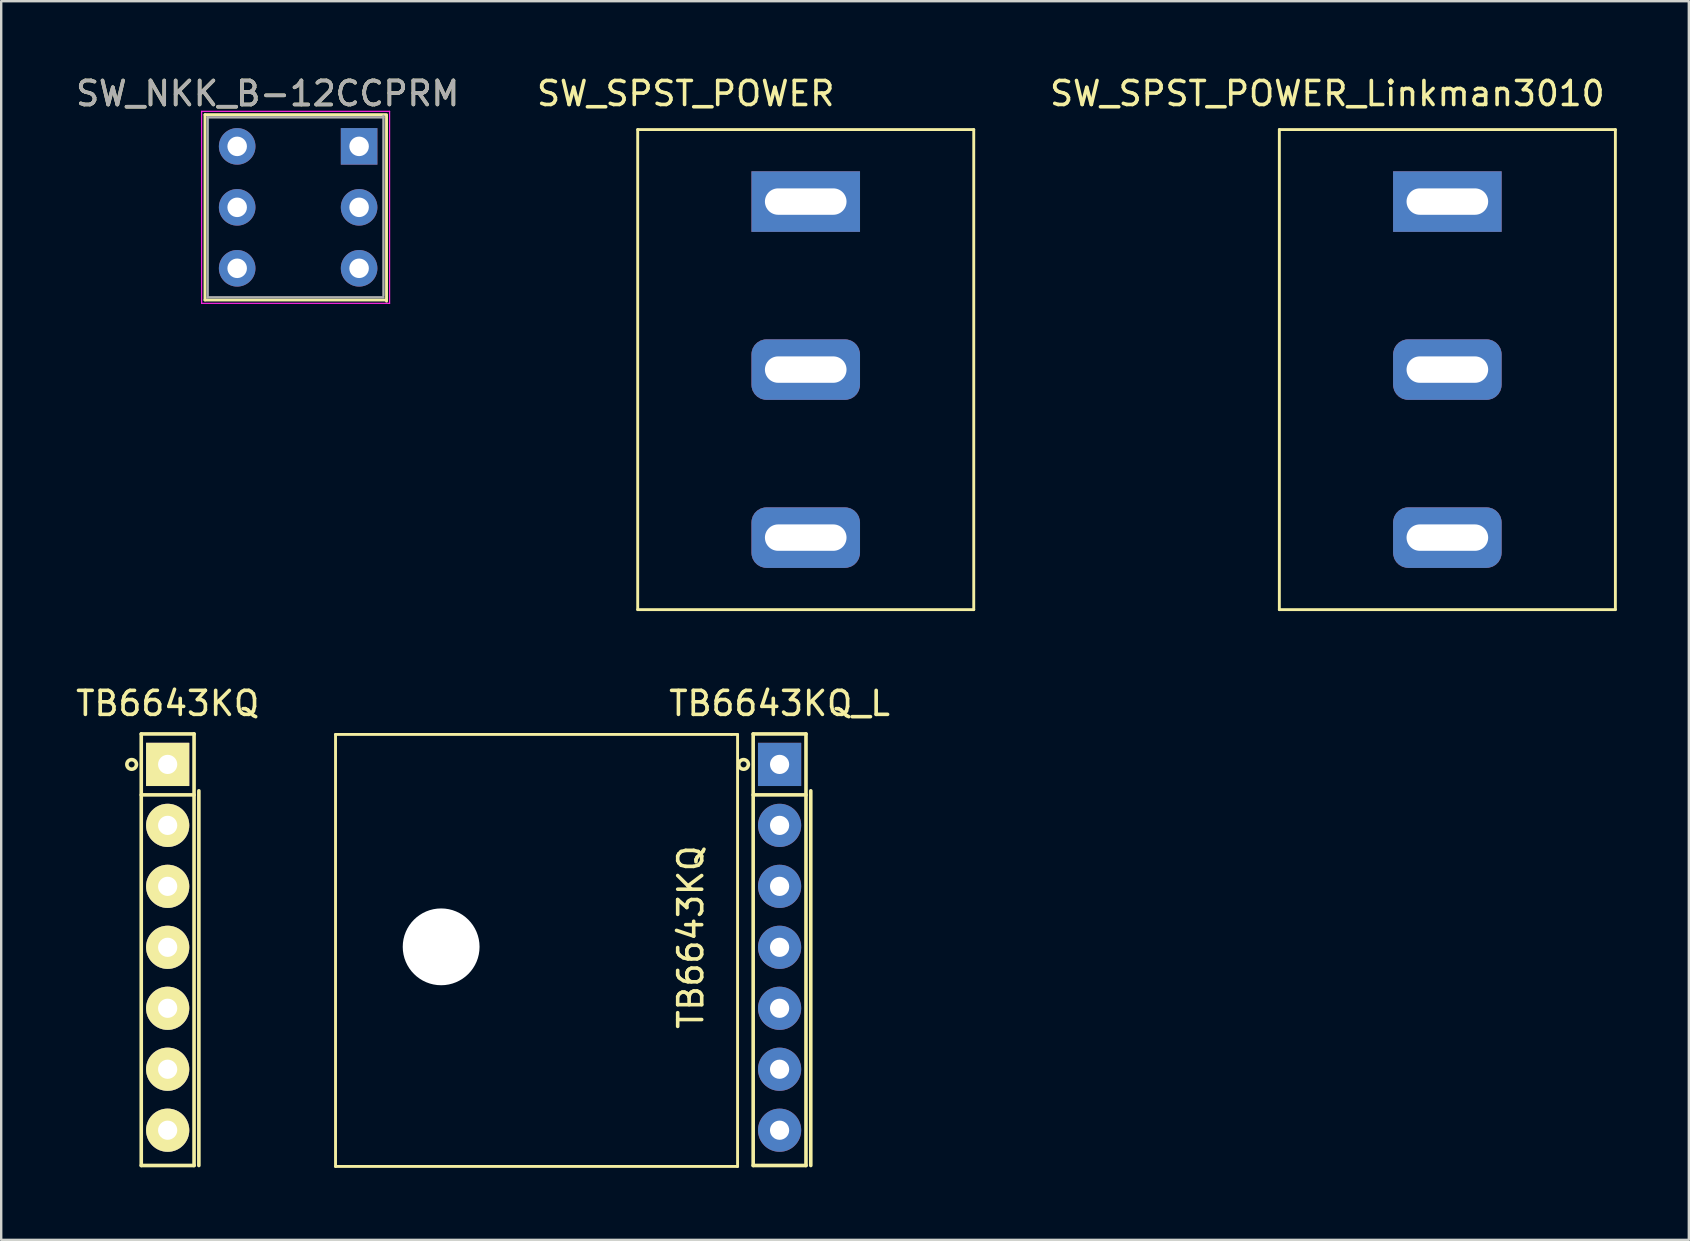
<source format=kicad_pcb>
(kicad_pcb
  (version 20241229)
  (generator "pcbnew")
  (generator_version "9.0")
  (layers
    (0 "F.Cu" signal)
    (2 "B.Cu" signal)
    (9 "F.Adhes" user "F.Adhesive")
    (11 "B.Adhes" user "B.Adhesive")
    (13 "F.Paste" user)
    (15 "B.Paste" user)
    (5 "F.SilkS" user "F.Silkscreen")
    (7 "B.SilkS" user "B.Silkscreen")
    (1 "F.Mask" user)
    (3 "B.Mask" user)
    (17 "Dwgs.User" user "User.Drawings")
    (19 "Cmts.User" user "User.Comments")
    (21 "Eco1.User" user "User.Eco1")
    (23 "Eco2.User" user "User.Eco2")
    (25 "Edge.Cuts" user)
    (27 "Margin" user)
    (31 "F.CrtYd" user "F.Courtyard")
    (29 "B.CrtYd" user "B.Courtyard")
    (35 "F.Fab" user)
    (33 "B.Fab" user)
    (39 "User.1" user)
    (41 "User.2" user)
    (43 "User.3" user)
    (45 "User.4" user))
  (footprint "SW_SPST_POWER"
    (layer "F.Cu")
    (at 30.518 12.348)
    (property "Reference" "SW_SPST_POWER" (at -5 -11.5 0) (layer "F.SilkS") (effects (font (size 1 1) (thickness 0.15))))
    (attr through_hole)
    (fp_line (start -7 -10) (end 7 -10) (stroke (width 0.12) (type solid)) (layer "F.SilkS"))
    (fp_line (start -7 10) (end -7 -10) (stroke (width 0.12) (type solid)) (layer "F.SilkS"))
    (fp_line (start 7 -10) (end 7 10) (stroke (width 0.12) (type solid)) (layer "F.SilkS"))
    (fp_line (start 7 10) (end -7 10) (stroke (width 0.12) (type solid)) (layer "F.SilkS"))
    (pad "" thru_hole roundrect (at 0 7) (size 4.524 2.524) (drill oval 3.4 1.1) (layers "*.Cu" "*.Mask") (roundrect_rratio 0.25))
    (pad "1" thru_hole rect (at 0 -7) (size 4.524 2.524) (drill oval 3.4 1.1) (layers "*.Cu" "*.Mask"))
    (pad "2" thru_hole roundrect (at 0 0) (size 4.524 2.524) (drill oval 3.4 1.1) (layers "*.Cu" "*.Mask") (roundrect_rratio 0.25)))
  (footprint "SW_SPST_POWER_Linkman3010"
    (layer "F.Cu")
    (at 57.25 12.348)
    (property "Reference" "SW_SPST_POWER_Linkman3010" (at -5 -11.5 0) (layer "F.SilkS") (effects (font (size 1 1) (thickness 0.15))))
    (attr through_hole)
    (fp_line (start -7 -10) (end 7 -10) (stroke (width 0.12) (type solid)) (layer "F.SilkS"))
    (fp_line (start -7 10) (end -7 -10) (stroke (width 0.12) (type solid)) (layer "F.SilkS"))
    (fp_line (start 7 -10) (end 7 10) (stroke (width 0.12) (type solid)) (layer "F.SilkS"))
    (fp_line (start 7 10) (end -7 10) (stroke (width 0.12) (type solid)) (layer "F.SilkS"))
    (pad "" thru_hole roundrect (at 0 7) (size 4.524 2.524) (drill oval 3.4 1.1) (layers "*.Cu" "*.Mask") (roundrect_rratio 0.25))
    (pad "1" thru_hole rect (at 0 -7) (size 4.524 2.524) (drill oval 3.4 1.1) (layers "*.Cu" "*.Mask"))
    (pad "2" thru_hole roundrect (at 0 0) (size 4.524 2.524) (drill oval 3.4 1.1) (layers "*.Cu" "*.Mask") (roundrect_rratio 0.25)))
  (footprint "SW_NKK_B-12CCPRM"
    (layer "F.Cu")
    (at 6.831 3.048)
    (property "Reference" "SW_NKK_B-12CCPRM" (at 1.27 -2.2 0) (layer "F.SilkS") (effects (font (size 1 1) (thickness 0.15))))
    (attr through_hole)
    (fp_line (start -1.341 -1.321) (end 6.223 -1.321) (stroke (width 0.12) (type solid)) (layer "F.SilkS"))
    (fp_line (start -1.341 6.401) (end -1.341 -1.321) (stroke (width 0.12) (type solid)) (layer "F.SilkS"))
    (fp_line (start -1.341 6.401) (end 6.223 6.401) (stroke (width 0.12) (type solid)) (layer "F.SilkS"))
    (fp_line (start 6.223 -1.27) (end 6.223 6.452) (stroke (width 0.12) (type solid)) (layer "F.SilkS"))
    (fp_line (start -1.48 6.54) (end -1.48 -1.46) (stroke (width 0.05) (type solid)) (layer "F.CrtYd"))
    (fp_line (start -1.48 6.54) (end 6.35 6.54) (stroke (width 0.05) (type solid)) (layer "F.CrtYd"))
    (fp_line (start 6.35 -1.46) (end -1.48 -1.46) (stroke (width 0.05) (type solid)) (layer "F.CrtYd"))
    (fp_line (start 6.35 -1.46) (end 6.35 6.54) (stroke (width 0.05) (type solid)) (layer "F.CrtYd"))
    (fp_line (start -1.23 -1.21) (end 6.096 -1.21) (stroke (width 0.1) (type solid)) (layer "F.Fab"))
    (fp_line (start -1.23 6.29) (end -1.23 -1.21) (stroke (width 0.1) (type solid)) (layer "F.Fab"))
    (fp_line (start -1.23 6.29) (end 6.096 6.29) (stroke (width 0.1) (type solid)) (layer "F.Fab"))
    (fp_line (start 6.096 6.223) (end 6.096 -1.277) (stroke (width 0.1) (type solid)) (layer "F.Fab"))
    (fp_text user "${REFERENCE}" (at 1.27 -2.2 0) (layer "F.Fab") (effects (font (size 1 1) (thickness 0.15))))
    (pad "1" thru_hole rect (at 5.08 0) (size 1.524 1.524) (drill 0.813) (layers "*.Cu" "*.Mask"))
    (pad "2" thru_hole circle (at 5.08 2.54) (size 1.524 1.524) (drill 0.813) (layers "*.Cu" "*.Mask"))
    (pad "3" thru_hole circle (at 5.08 5.08) (size 1.524 1.524) (drill 0.813) (layers "*.Cu" "*.Mask"))
    (pad "4" thru_hole circle (at 0 0) (size 1.524 1.524) (drill 0.813) (layers "*.Cu" "*.Mask"))
    (pad "5" thru_hole circle (at 0 2.54) (size 1.524 1.524) (drill 0.813) (layers "*.Cu" "*.Mask"))
    (pad "6" thru_hole circle (at 0 5.08) (size 1.524 1.524) (drill 0.813) (layers "*.Cu" "*.Mask")))
  (footprint "TB6643KQ"
    (layer "F.Cu")
    (at 3.935 28.797)
    (property "Reference" "TB6643KQ" (at 0 -2.54 0) (layer "F.SilkS") (effects (font (size 1 1) (thickness 0.15))))
    (attr through_hole)
    (fp_line (start -1.1 -1.27) (end 1.1 -1.27) (stroke (width 0.15) (type solid)) (layer "F.SilkS"))
    (fp_line (start -1.1 1.27) (end 1.1 1.27) (stroke (width 0.15) (type solid)) (layer "F.SilkS"))
    (fp_line (start -1.1 16.71) (end -1.1 -1.27) (stroke (width 0.15) (type solid)) (layer "F.SilkS"))
    (fp_line (start 1.1 -1.27) (end 1.1 16.71) (stroke (width 0.15) (type solid)) (layer "F.SilkS"))
    (fp_line (start 1.1 16.71) (end -1.1 16.71) (stroke (width 0.15) (type solid)) (layer "F.SilkS"))
    (fp_line (start 1.3 1.1) (end 1.3 16.71) (stroke (width 0.15) (type solid)) (layer "F.SilkS"))
    (fp_circle (center -1.5 0) (end -1.5 0.2) (stroke (width 0.15) (type solid)) (fill no) (layer "F.SilkS"))
    (pad "1" thru_hole rect (at 0 0) (size 1.8 1.8) (drill 0.8) (layers "*.Cu" "*.Mask" "F.SilkS"))
    (pad "2" thru_hole circle (at 0 2.54) (size 1.8 1.8) (drill 0.8) (layers "*.Cu" "*.Mask" "F.SilkS"))
    (pad "3" thru_hole circle (at 0 5.08) (size 1.8 1.8) (drill 0.8) (layers "*.Cu" "*.Mask" "F.SilkS"))
    (pad "4" thru_hole circle (at 0 7.62) (size 1.8 1.8) (drill 0.8) (layers "*.Cu" "*.Mask" "F.SilkS"))
    (pad "5" thru_hole circle (at 0 10.16) (size 1.8 1.8) (drill 0.8) (layers "*.Cu" "*.Mask" "F.SilkS"))
    (pad "6" thru_hole circle (at 0 12.7) (size 1.8 1.8) (drill 0.8) (layers "*.Cu" "*.Mask" "F.SilkS"))
    (pad "7" thru_hole circle (at 0 15.24) (size 1.8 1.8) (drill 0.8) (layers "*.Cu" "*.Mask" "F.SilkS")))
  (footprint "TB6643KQ_L"
    (layer "F.Cu")
    (at 29.429 28.797)
    (property "Reference" "TB6643KQ_L" (at 0 -2.54 0) (layer "F.SilkS") (effects (font (size 1 1) (thickness 0.15))))
    (attr through_hole)
    (fp_line (start -18.5 -1.25) (end -18.5 16.75) (stroke (width 0.12) (type solid)) (layer "F.SilkS"))
    (fp_line (start -18.5 16.75) (end -1.75 16.75) (stroke (width 0.12) (type solid)) (layer "F.SilkS"))
    (fp_line (start -2 -1.25) (end -18.5 -1.25) (stroke (width 0.12) (type solid)) (layer "F.SilkS"))
    (fp_line (start -1.75 -1.25) (end -2 -1.25) (stroke (width 0.12) (type solid)) (layer "F.SilkS"))
    (fp_line (start -1.75 16.75) (end -1.75 -1.25) (stroke (width 0.12) (type solid)) (layer "F.SilkS"))
    (fp_line (start -1.1 -1.27) (end 1.1 -1.27) (stroke (width 0.15) (type solid)) (layer "F.SilkS"))
    (fp_line (start -1.1 1.27) (end 1.1 1.27) (stroke (width 0.15) (type solid)) (layer "F.SilkS"))
    (fp_line (start -1.1 16.71) (end -1.1 -1.27) (stroke (width 0.15) (type solid)) (layer "F.SilkS"))
    (fp_line (start 1.1 -1.27) (end 1.1 16.71) (stroke (width 0.15) (type solid)) (layer "F.SilkS"))
    (fp_line (start 1.1 16.71) (end -1.1 16.71) (stroke (width 0.15) (type solid)) (layer "F.SilkS"))
    (fp_line (start 1.3 1.1) (end 1.3 16.71) (stroke (width 0.15) (type solid)) (layer "F.SilkS"))
    (fp_circle (center -1.5 0) (end -1.5 0.2) (stroke (width 0.15) (type solid)) (fill no) (layer "F.SilkS"))
    (fp_text user "TB6643KQ" (at -3.7 7.2 90) (layer "F.SilkS") (effects (font (size 1 1) (thickness 0.15))))
    (pad "" np_thru_hole circle (at -14.1 7.6) (size 3.2 3.2) (drill 3.2) (layers "*.Cu" "*.Mask"))
    (pad "1" thru_hole rect (at 0 0) (size 1.8 1.8) (drill 0.8) (layers "*.Cu" "*.Mask"))
    (pad "2" thru_hole circle (at 0 2.54) (size 1.8 1.8) (drill 0.8) (layers "*.Cu" "*.Mask"))
    (pad "3" thru_hole circle (at 0 5.08) (size 1.8 1.8) (drill 0.8) (layers "*.Cu" "*.Mask"))
    (pad "4" thru_hole circle (at 0 7.62) (size 1.8 1.8) (drill 0.8) (layers "*.Cu" "*.Mask"))
    (pad "5" thru_hole circle (at 0 10.16) (size 1.8 1.8) (drill 0.8) (layers "*.Cu" "*.Mask"))
    (pad "6" thru_hole circle (at 0 12.7) (size 1.8 1.8) (drill 0.8) (layers "*.Cu" "*.Mask"))
    (pad "7" thru_hole circle (at 0 15.24) (size 1.8 1.8) (drill 0.8) (layers "*.Cu" "*.Mask")))
  (gr_rect
    (start -3 -3)
    (end 67.31 48.606)
    (stroke (width 0.1) (type default))
    (fill no)
    (layer "Edge.Cuts")))
</source>
